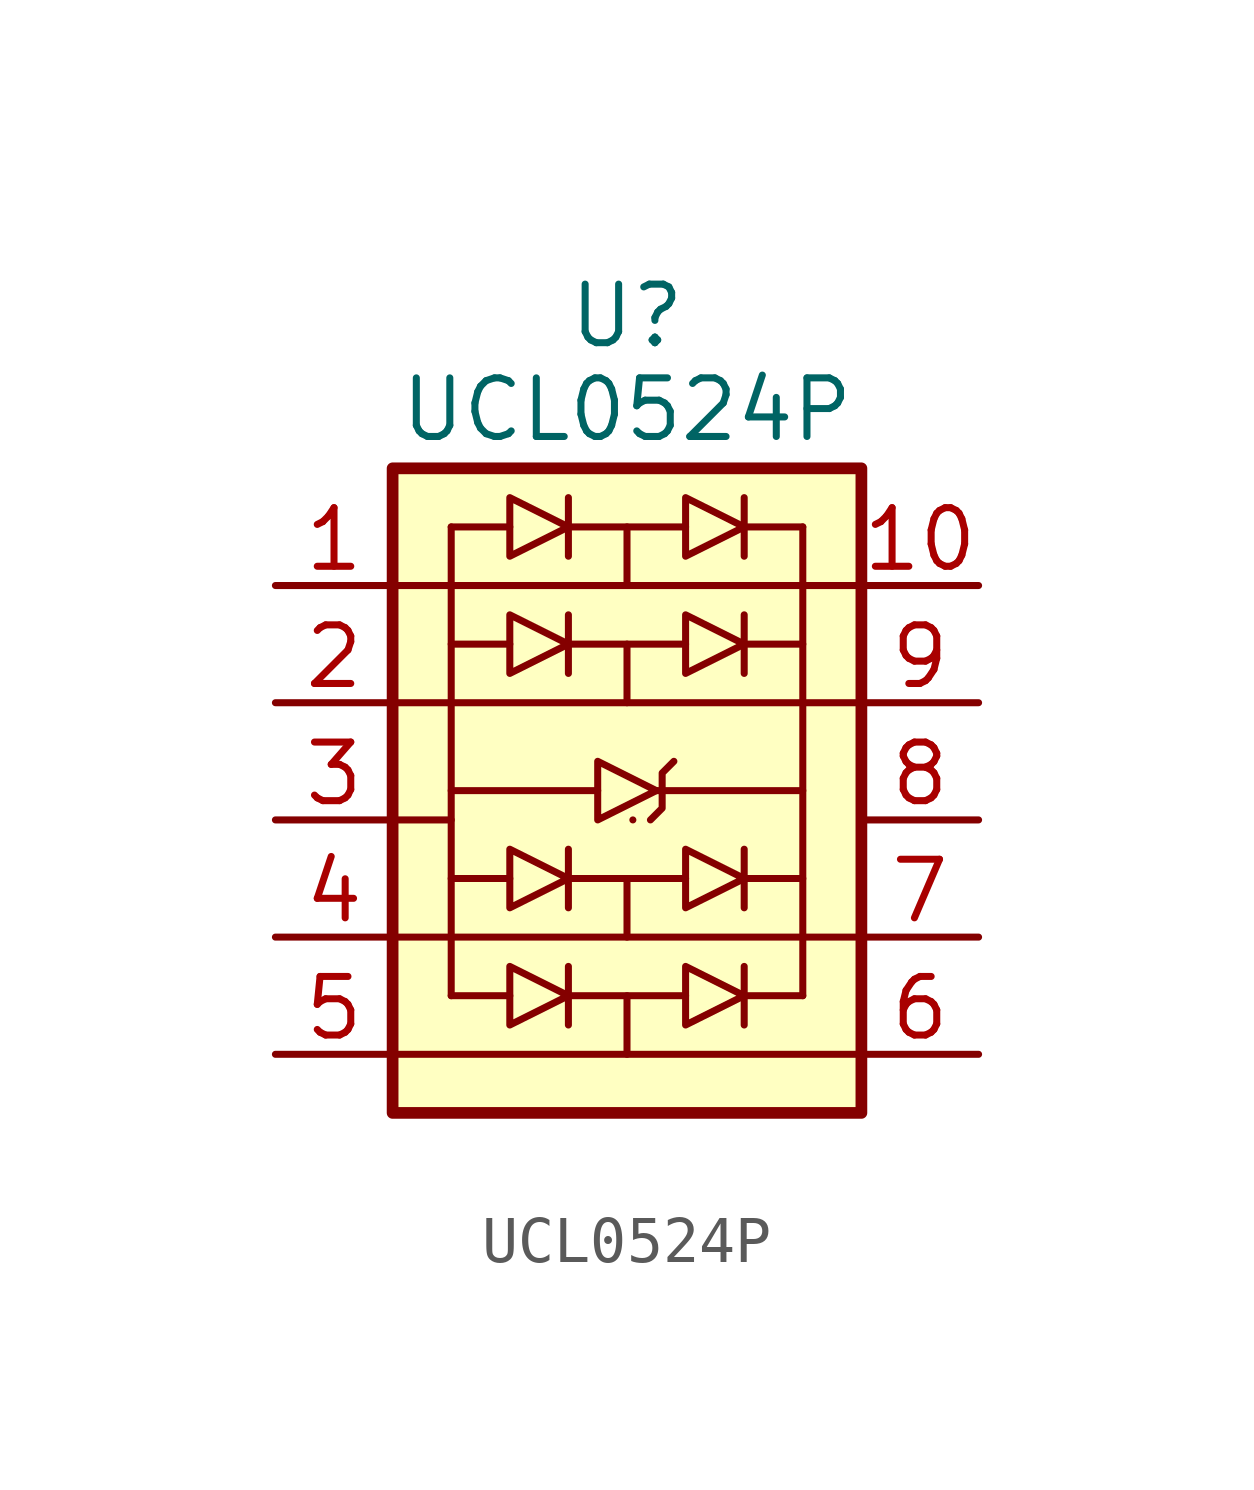
<source format=kicad_sym>
(kicad_symbol_lib
  (version 20241209)
  (generator "kicad_symbol_editor")
  (generator_version "9.0")
  (symbol "UCL0524P"
    (property "Reference" "U"
      (at 0 10.922 0)
      (effects (font (size 1.27 1.27))))
    (property "Value" "UCL0524P"
      (at 0 8.89 0)
      (effects (font (size 1.27 1.27))))
    (symbol "UCL0524P_0_1"
      (polyline (pts (xy -5.08 5.08) (xy 5.08 5.08) (xy 0 5.08)) (stroke (width 0) (type default)) (fill (type none)))
      (polyline (pts (xy -5.08 2.54) (xy 5.08 2.54) (xy 0 2.54)) (stroke (width 0) (type default)) (fill (type none)))
      (polyline (pts (xy -5.08 0) (xy -3.81 0)) (stroke (width 0) (type default)) (fill (type none)))
      (polyline (pts (xy -5.08 -2.54) (xy 5.08 -2.54) (xy 0 -2.54)) (stroke (width 0) (type default)) (fill (type none)))
      (polyline (pts (xy -5.08 -5.08) (xy 5.08 -5.08) (xy 0 -5.08)) (stroke (width 0) (type default)) (fill (type none)))
      (polyline (pts (xy -3.81 6.35) (xy -2.54 6.35)) (stroke (width 0) (type default)) (fill (type none)))
      (polyline (pts (xy -3.81 -1.27) (xy -2.54 -1.27)) (stroke (width 0) (type default)) (fill (type none)))
      (polyline (pts (xy -3.81 -3.81) (xy -3.81 6.35)) (stroke (width 0) (type default)) (fill (type none)))
      (polyline (pts (xy -2.54 5.715) (xy -2.54 6.985) (xy -1.27 6.35) (xy -2.54 5.715)) (stroke (width 0) (type default)) (fill (type none)))
      (polyline (pts (xy -2.54 3.81) (xy -3.81 3.81)) (stroke (width 0) (type default)) (fill (type none)))
      (polyline (pts (xy -2.54 3.175) (xy -2.54 4.445) (xy -1.27 3.81) (xy -2.54 3.175)) (stroke (width 0) (type default)) (fill (type none)))
      (polyline (pts (xy -2.54 -1.905) (xy -2.54 -0.635) (xy -1.27 -1.27) (xy -2.54 -1.905)) (stroke (width 0) (type default)) (fill (type none)))
      (polyline (pts (xy -2.54 -3.81) (xy -3.81 -3.81)) (stroke (width 0) (type default)) (fill (type none)))
      (polyline (pts (xy -2.54 -4.445) (xy -2.54 -3.175) (xy -1.27 -3.81) (xy -2.54 -4.445)) (stroke (width 0) (type default)) (fill (type none)))
      (polyline (pts (xy -1.27 6.985) (xy -1.27 5.715)) (stroke (width 0) (type default)) (fill (type none)))
      (polyline (pts (xy -1.27 6.35) (xy 1.27 6.35)) (stroke (width 0) (type default)) (fill (type none)))
      (polyline (pts (xy -1.27 4.445) (xy -1.27 3.175)) (stroke (width 0) (type default)) (fill (type none)))
      (polyline (pts (xy -1.27 3.81) (xy 1.27 3.81)) (stroke (width 0) (type default)) (fill (type none)))
      (polyline (pts (xy -1.27 -0.635) (xy -1.27 -1.905)) (stroke (width 0) (type default)) (fill (type none)))
      (polyline (pts (xy -1.27 -1.27) (xy 1.27 -1.27)) (stroke (width 0) (type default)) (fill (type none)))
      (polyline (pts (xy -1.27 -3.175) (xy -1.27 -4.445)) (stroke (width 0) (type default)) (fill (type none)))
      (polyline (pts (xy -1.27 -3.81) (xy 1.27 -3.81)) (stroke (width 0) (type default)) (fill (type none)))
      (polyline (pts (xy -0.635 0.635) (xy -3.81 0.635)) (stroke (width 0) (type default)) (fill (type none)))
      (polyline (pts (xy 0 5.08) (xy 0 6.35)) (stroke (width 0) (type default)) (fill (type none)))
      (polyline (pts (xy 0 2.54) (xy 0 3.81)) (stroke (width 0) (type default)) (fill (type none)))
      (polyline (pts (xy 0 -2.54) (xy 0 -1.27)) (stroke (width 0) (type default)) (fill (type none)))
      (polyline (pts (xy 0 -5.08) (xy 0 -3.81)) (stroke (width 0) (type default)) (fill (type none)))
      (polyline (pts (xy 0.127 0) (xy 0.127 0)) (stroke (width 0) (type default)) (fill (type none)))
      (polyline (pts (xy 0.635 0.635) (xy 3.81 0.635)) (stroke (width 0) (type default)) (fill (type none)))
      (polyline (pts (xy 1.016 1.27) (xy 0.762 1.016) (xy 0.762 0.254) (xy 0.508 0)) (stroke (width 0) (type default)) (fill (type none)))
      (polyline (pts (xy 1.27 5.715) (xy 1.27 6.985) (xy 2.54 6.35) (xy 1.27 5.715)) (stroke (width 0) (type default)) (fill (type none)))
      (polyline (pts (xy 1.27 3.175) (xy 1.27 4.445) (xy 2.54 3.81) (xy 1.27 3.175)) (stroke (width 0) (type default)) (fill (type none)))
      (polyline (pts (xy 1.27 -1.905) (xy 1.27 -0.635) (xy 2.54 -1.27) (xy 1.27 -1.905)) (stroke (width 0) (type default)) (fill (type none)))
      (polyline (pts (xy 1.27 -4.445) (xy 1.27 -3.175) (xy 2.54 -3.81) (xy 1.27 -4.445)) (stroke (width 0) (type default)) (fill (type none)))
      (polyline (pts (xy 2.54 6.985) (xy 2.54 5.715)) (stroke (width 0) (type default)) (fill (type none)))
      (polyline (pts (xy 2.54 6.35) (xy 3.81 6.35)) (stroke (width 0) (type default)) (fill (type none)))
      (polyline (pts (xy 2.54 4.445) (xy 2.54 3.175)) (stroke (width 0) (type default)) (fill (type none)))
      (polyline (pts (xy 2.54 -0.635) (xy 2.54 -1.905)) (stroke (width 0) (type default)) (fill (type none)))
      (polyline (pts (xy 2.54 -1.27) (xy 3.81 -1.27)) (stroke (width 0) (type default)) (fill (type none)))
      (polyline (pts (xy 2.54 -3.175) (xy 2.54 -4.445)) (stroke (width 0) (type default)) (fill (type none)))
      (polyline (pts (xy 2.54 -3.81) (xy 3.81 -3.81)) (stroke (width 0) (type default)) (fill (type none)))
      (polyline (pts (xy 3.81 3.81) (xy 2.54 3.81)) (stroke (width 0) (type default)) (fill (type none)))
      (polyline (pts (xy 3.81 -3.81) (xy 3.81 6.35)) (stroke (width 0) (type default)) (fill (type none))))
    (symbol "UCL0524P_1_1"
      (rectangle (start -5.08 7.62) (end 5.08 -6.35) (stroke (width 0.254) (type default)) (fill (type background)))
      (polyline (pts (xy -0.635 1.27) (xy -0.635 0) (xy 0.635 0.635) (xy -0.635 1.27)) (stroke (width 0) (type default)) (fill (type none)))
      (pin passive line (at -7.62 5.08 0) (length 2.54) (name "~" (effects (font (size 1.27 1.27)))) (number "1" (effects (font (size 1.27 1.27)))))
      (pin passive line (at -7.62 2.54 0) (length 2.54) (name "~" (effects (font (size 1.27 1.27)))) (number "2" (effects (font (size 1.27 1.27)))))
      (pin passive line (at -7.62 0 0) (length 2.54) (name "" (effects (font (size 1.27 1.27)))) (number "3" (effects (font (size 1.27 1.27)))))
      (pin passive line (at -7.62 -2.54 0) (length 2.54) (name "~" (effects (font (size 1.27 1.27)))) (number "4" (effects (font (size 1.27 1.27)))))
      (pin passive line (at -7.62 -5.08 0) (length 2.54) (name "~" (effects (font (size 1.27 1.27)))) (number "5" (effects (font (size 1.27 1.27)))))
      (pin passive line (at 7.62 5.08 180) (length 2.54) (name "~" (effects (font (size 1.27 1.27)))) (number "10" (effects (font (size 1.27 1.27)))))
      (pin passive line (at 7.62 2.54 180) (length 2.54) (name "~" (effects (font (size 1.27 1.27)))) (number "9" (effects (font (size 1.27 1.27)))))
      (pin passive line (at 7.62 0 180) (length 2.54) (name "" (effects (font (size 1.27 1.27)))) (number "8" (effects (font (size 1.27 1.27)))))
      (pin passive line (at 7.62 -2.54 180) (length 2.54) (name "~" (effects (font (size 1.27 1.27)))) (number "7" (effects (font (size 1.27 1.27)))))
      (pin passive line (at 7.62 -5.08 180) (length 2.54) (name "~" (effects (font (size 1.27 1.27)))) (number "6" (effects (font (size 1.27 1.27))))))))
</source>
